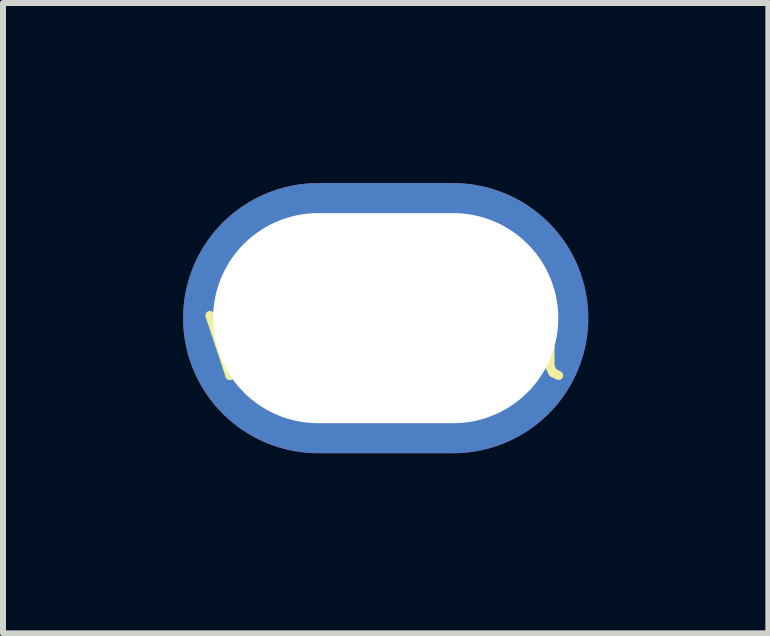
<source format=kicad_pcb>
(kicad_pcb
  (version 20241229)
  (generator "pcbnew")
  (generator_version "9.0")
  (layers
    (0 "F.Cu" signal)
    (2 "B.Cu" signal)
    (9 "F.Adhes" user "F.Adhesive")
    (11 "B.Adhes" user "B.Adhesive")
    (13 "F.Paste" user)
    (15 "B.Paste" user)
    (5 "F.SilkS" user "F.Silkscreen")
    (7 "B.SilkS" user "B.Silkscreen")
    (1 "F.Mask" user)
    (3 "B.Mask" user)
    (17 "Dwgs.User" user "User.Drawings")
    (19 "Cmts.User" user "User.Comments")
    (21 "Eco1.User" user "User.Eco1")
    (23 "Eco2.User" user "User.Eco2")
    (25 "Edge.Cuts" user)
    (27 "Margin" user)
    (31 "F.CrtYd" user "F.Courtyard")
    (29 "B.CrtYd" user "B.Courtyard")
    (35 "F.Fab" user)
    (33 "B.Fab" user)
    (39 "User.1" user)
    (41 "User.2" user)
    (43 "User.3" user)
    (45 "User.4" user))
  (footprint "VIA_oval"
    (layer "F.Cu")
    (at 3.375 2.25)
    (property "Reference" "VIA_oval" (at 0 0.5 0) (layer "F.SilkS") (effects (font (size 1 1) (thickness 0.15))))
    (attr through_hole)
    (pad "1" thru_hole oval (at 0 0) (size 6.75 4.5) (drill oval 5.75 3.5) (layers "*.Cu" "*.Mask")))
  (gr_rect
    (start -3 -3)
    (end 9.75 7.5)
    (stroke (width 0.1) (type default))
    (fill no)
    (layer "Edge.Cuts")))
</source>
